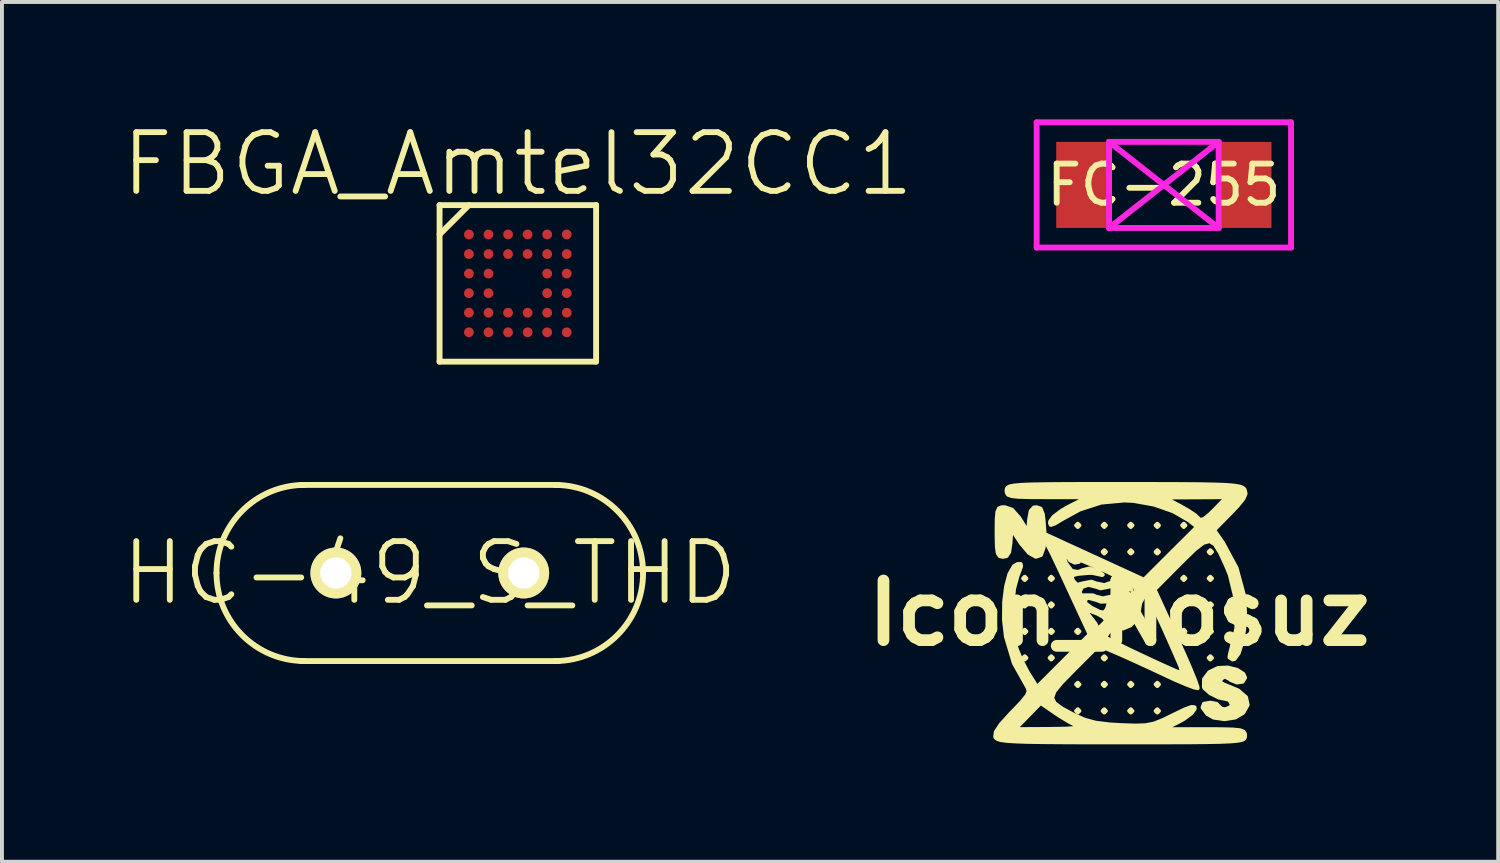
<source format=kicad_pcb>
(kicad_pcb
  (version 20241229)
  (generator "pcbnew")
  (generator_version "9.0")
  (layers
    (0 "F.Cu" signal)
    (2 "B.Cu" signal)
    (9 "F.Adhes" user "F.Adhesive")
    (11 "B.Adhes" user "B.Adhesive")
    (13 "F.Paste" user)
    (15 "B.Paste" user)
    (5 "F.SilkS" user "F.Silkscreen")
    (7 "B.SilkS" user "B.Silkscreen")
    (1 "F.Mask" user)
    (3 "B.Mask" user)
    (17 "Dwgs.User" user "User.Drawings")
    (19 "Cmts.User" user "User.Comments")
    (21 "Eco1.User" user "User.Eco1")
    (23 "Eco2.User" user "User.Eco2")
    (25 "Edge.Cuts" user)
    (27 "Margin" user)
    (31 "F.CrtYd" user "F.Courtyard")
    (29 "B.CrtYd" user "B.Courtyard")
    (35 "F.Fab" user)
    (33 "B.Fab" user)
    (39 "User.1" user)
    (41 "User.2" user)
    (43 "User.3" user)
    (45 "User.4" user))
  (footprint "FC-255"
    (layer "F.Cu")
    (at 26.689 1.675)
    (property "Reference" "FC-255" (at 0 0 0) (layer "F.SilkS") (effects (font (size 1 1) (thickness 0.15))))
    (attr through_hole)
    (fp_line (start -3.25 -1.6) (end 3.25 -1.6) (stroke (width 0.15) (type solid)) (layer "F.CrtYd"))
    (fp_line (start -3.25 1.6) (end -3.25 -1.6) (stroke (width 0.15) (type solid)) (layer "F.CrtYd"))
    (fp_line (start -1.4 -1.1) (end 1.4 -1.1) (stroke (width 0.15) (type solid)) (layer "F.CrtYd"))
    (fp_line (start -1.4 -1.1) (end 1.4 1.1) (stroke (width 0.15) (type solid)) (layer "F.CrtYd"))
    (fp_line (start -1.4 1.1) (end -1.4 -1.1) (stroke (width 0.15) (type solid)) (layer "F.CrtYd"))
    (fp_line (start -1.4 1.1) (end 1.4 -1.1) (stroke (width 0.15) (type solid)) (layer "F.CrtYd"))
    (fp_line (start 1.4 -1.1) (end 1.4 1.1) (stroke (width 0.15) (type solid)) (layer "F.CrtYd"))
    (fp_line (start 1.4 1.1) (end -1.4 1.1) (stroke (width 0.15) (type solid)) (layer "F.CrtYd"))
    (fp_line (start 3.25 -1.6) (end 3.25 1.6) (stroke (width 0.15) (type solid)) (layer "F.CrtYd"))
    (fp_line (start 3.25 1.6) (end -3.25 1.6) (stroke (width 0.15) (type solid)) (layer "F.CrtYd"))
    (pad "1" smd rect (at -2.1 0) (size 1.3 2.2) (layers "F.Cu" "F.Mask" "F.Paste"))
    (pad "2" smd rect (at 2.1 0) (size 1.3 2.2) (layers "F.Cu" "F.Mask" "F.Paste")))
  (footprint "HC-49_S_THD"
    (layer "F.Cu")
    (at 7.932 11.591)
    (property "Reference" "HC-49_S_THD" (at 0 0 0) (layer "F.SilkS") (effects (font (size 1.5 1.5) (thickness 0.15))))
    (attr through_hole)
    (fp_line (start -3.3 -2.25) (end 3.3 -2.25) (stroke (width 0.15) (type solid)) (layer "F.SilkS"))
    (fp_line (start -3.3 2.25) (end 3.3 2.25) (stroke (width 0.15) (type solid)) (layer "F.SilkS"))
    (fp_arc (start -5.45 0) (mid -4.79099 -1.59099) (end -3.2 -2.25) (stroke (width 0.15) (type solid)) (layer "F.SilkS"))
    (fp_arc (start -3.2 2.25) (mid -4.79099 1.59099) (end -5.45 0) (stroke (width 0.15) (type solid)) (layer "F.SilkS"))
    (fp_arc (start 3.2 -2.25) (mid 4.79099 -1.59099) (end 5.45 0) (stroke (width 0.15) (type solid)) (layer "F.SilkS"))
    (fp_arc (start 5.45 0) (mid 4.79099 1.59099) (end 3.2 2.25) (stroke (width 0.15) (type solid)) (layer "F.SilkS"))
    (pad "1" thru_hole circle (at -2.4 0) (size 1.3 1.3) (drill 0.8) (layers "*.Cu" "*.Mask" "F.SilkS"))
    (pad "2" thru_hole circle (at 2.4 0) (size 1.3 1.3) (drill 0.8) (layers "*.Cu" "*.Mask" "F.SilkS")))
  (footprint "Icon_Nosuz"
    (layer "F.Cu")
    (at 25.548 12.618)
    (property "Reference" "Icon_Nosuz" (at 0 0 0) (layer "F.SilkS") (effects (font (size 1.524 1.524) (thickness 0.3))))
    (attr through_hole)
    (fp_poly (pts (xy -2.371 -0.889) (xy -2.413 -0.847) (xy -2.455 -0.889) (xy -2.413 -0.931) (xy -2.371 -0.889)) (stroke (width 0.1) (type solid)) (fill yes) (layer "F.SilkS"))
    (fp_poly (pts (xy -2.371 -0.212) (xy -2.413 -0.169) (xy -2.455 -0.212) (xy -2.413 -0.254) (xy -2.371 -0.212)) (stroke (width 0.1) (type solid)) (fill yes) (layer "F.SilkS"))
    (fp_poly (pts (xy -2.371 0.466) (xy -2.413 0.508) (xy -2.455 0.466) (xy -2.413 0.423) (xy -2.371 0.466)) (stroke (width 0.1) (type solid)) (fill yes) (layer "F.SilkS"))
    (fp_poly (pts (xy -2.371 1.143) (xy -2.413 1.185) (xy -2.455 1.143) (xy -2.413 1.101) (xy -2.371 1.143)) (stroke (width 0.1) (type solid)) (fill yes) (layer "F.SilkS"))
    (fp_poly (pts (xy -1.693 -0.889) (xy -1.736 -0.847) (xy -1.778 -0.889) (xy -1.736 -0.931) (xy -1.693 -0.889)) (stroke (width 0.1) (type solid)) (fill yes) (layer "F.SilkS"))
    (fp_poly (pts (xy -1.693 -0.212) (xy -1.736 -0.169) (xy -1.778 -0.212) (xy -1.736 -0.254) (xy -1.693 -0.212)) (stroke (width 0.1) (type solid)) (fill yes) (layer "F.SilkS"))
    (fp_poly (pts (xy -1.693 0.466) (xy -1.736 0.508) (xy -1.778 0.466) (xy -1.736 0.423) (xy -1.693 0.466)) (stroke (width 0.1) (type solid)) (fill yes) (layer "F.SilkS"))
    (fp_poly (pts (xy -1.693 1.143) (xy -1.736 1.185) (xy -1.778 1.143) (xy -1.736 1.101) (xy -1.693 1.143)) (stroke (width 0.1) (type solid)) (fill yes) (layer "F.SilkS"))
    (fp_poly (pts (xy -1.016 -2.244) (xy -1.058 -2.201) (xy -1.101 -2.244) (xy -1.058 -2.286) (xy -1.016 -2.244)) (stroke (width 0.1) (type solid)) (fill yes) (layer "F.SilkS"))
    (fp_poly (pts (xy -1.016 0.466) (xy -1.058 0.508) (xy -1.101 0.466) (xy -1.058 0.423) (xy -1.016 0.466)) (stroke (width 0.1) (type solid)) (fill yes) (layer "F.SilkS"))
    (fp_poly (pts (xy -1.016 1.82) (xy -1.058 1.863) (xy -1.101 1.82) (xy -1.058 1.778) (xy -1.016 1.82)) (stroke (width 0.1) (type solid)) (fill yes) (layer "F.SilkS"))
    (fp_poly (pts (xy -1.016 2.498) (xy -1.058 2.54) (xy -1.101 2.498) (xy -1.058 2.455) (xy -1.016 2.498)) (stroke (width 0.1) (type solid)) (fill yes) (layer "F.SilkS"))
    (fp_poly (pts (xy -0.339 -2.244) (xy -0.381 -2.201) (xy -0.423 -2.244) (xy -0.381 -2.286) (xy -0.339 -2.244)) (stroke (width 0.1) (type solid)) (fill yes) (layer "F.SilkS"))
    (fp_poly (pts (xy -0.339 -1.566) (xy -0.381 -1.524) (xy -0.423 -1.566) (xy -0.381 -1.609) (xy -0.339 -1.566)) (stroke (width 0.1) (type solid)) (fill yes) (layer "F.SilkS"))
    (fp_poly (pts (xy -0.339 1.143) (xy -0.381 1.185) (xy -0.423 1.143) (xy -0.381 1.101) (xy -0.339 1.143)) (stroke (width 0.1) (type solid)) (fill yes) (layer "F.SilkS"))
    (fp_poly (pts (xy -0.339 1.82) (xy -0.381 1.863) (xy -0.423 1.82) (xy -0.381 1.778) (xy -0.339 1.82)) (stroke (width 0.1) (type solid)) (fill yes) (layer "F.SilkS"))
    (fp_poly (pts (xy -0.339 2.498) (xy -0.381 2.54) (xy -0.423 2.498) (xy -0.381 2.455) (xy -0.339 2.498)) (stroke (width 0.1) (type solid)) (fill yes) (layer "F.SilkS"))
    (fp_poly (pts (xy 0.339 -2.244) (xy 0.296 -2.201) (xy 0.254 -2.244) (xy 0.296 -2.286) (xy 0.339 -2.244)) (stroke (width 0.1) (type solid)) (fill yes) (layer "F.SilkS"))
    (fp_poly (pts (xy 0.339 -1.566) (xy 0.296 -1.524) (xy 0.254 -1.566) (xy 0.296 -1.609) (xy 0.339 -1.566)) (stroke (width 0.1) (type solid)) (fill yes) (layer "F.SilkS"))
    (fp_poly (pts (xy 0.339 1.82) (xy 0.296 1.863) (xy 0.254 1.82) (xy 0.296 1.778) (xy 0.339 1.82)) (stroke (width 0.1) (type solid)) (fill yes) (layer "F.SilkS"))
    (fp_poly (pts (xy 0.339 2.498) (xy 0.296 2.54) (xy 0.254 2.498) (xy 0.296 2.455) (xy 0.339 2.498)) (stroke (width 0.1) (type solid)) (fill yes) (layer "F.SilkS"))
    (fp_poly (pts (xy 1.016 -2.244) (xy 0.974 -2.201) (xy 0.931 -2.244) (xy 0.974 -2.286) (xy 1.016 -2.244)) (stroke (width 0.1) (type solid)) (fill yes) (layer "F.SilkS"))
    (fp_poly (pts (xy 1.016 -1.566) (xy 0.974 -1.524) (xy 0.931 -1.566) (xy 0.974 -1.609) (xy 1.016 -1.566)) (stroke (width 0.1) (type solid)) (fill yes) (layer "F.SilkS"))
    (fp_poly (pts (xy 1.016 1.82) (xy 0.974 1.863) (xy 0.931 1.82) (xy 0.974 1.778) (xy 1.016 1.82)) (stroke (width 0.1) (type solid)) (fill yes) (layer "F.SilkS"))
    (fp_poly (pts (xy 1.016 2.498) (xy 0.974 2.54) (xy 0.931 2.498) (xy 0.974 2.455) (xy 1.016 2.498)) (stroke (width 0.1) (type solid)) (fill yes) (layer "F.SilkS"))
    (fp_poly (pts (xy 1.693 -2.244) (xy 1.651 -2.201) (xy 1.609 -2.244) (xy 1.651 -2.286) (xy 1.693 -2.244)) (stroke (width 0.1) (type solid)) (fill yes) (layer "F.SilkS"))
    (fp_poly (pts (xy 1.693 -0.889) (xy 1.651 -0.847) (xy 1.609 -0.889) (xy 1.651 -0.931) (xy 1.693 -0.889)) (stroke (width 0.1) (type solid)) (fill yes) (layer "F.SilkS"))
    (fp_poly (pts (xy 1.693 -0.212) (xy 1.651 -0.169) (xy 1.609 -0.212) (xy 1.651 -0.254) (xy 1.693 -0.212)) (stroke (width 0.1) (type solid)) (fill yes) (layer "F.SilkS"))
    (fp_poly (pts (xy 1.693 0.466) (xy 1.651 0.508) (xy 1.609 0.466) (xy 1.651 0.423) (xy 1.693 0.466)) (stroke (width 0.1) (type solid)) (fill yes) (layer "F.SilkS"))
    (fp_poly (pts (xy 2.371 -1.566) (xy 2.328 -1.524) (xy 2.286 -1.566) (xy 2.328 -1.609) (xy 2.371 -1.566)) (stroke (width 0.1) (type solid)) (fill yes) (layer "F.SilkS"))
    (fp_poly (pts (xy 2.371 -0.889) (xy 2.328 -0.847) (xy 2.286 -0.889) (xy 2.328 -0.931) (xy 2.371 -0.889)) (stroke (width 0.1) (type solid)) (fill yes) (layer "F.SilkS"))
    (fp_poly (pts (xy 2.371 -0.212) (xy 2.328 -0.169) (xy 2.286 -0.212) (xy 2.328 -0.254) (xy 2.371 -0.212)) (stroke (width 0.1) (type solid)) (fill yes) (layer "F.SilkS"))
    (fp_poly (pts (xy 2.371 0.466) (xy 2.328 0.508) (xy 2.286 0.466) (xy 2.328 0.423) (xy 2.371 0.466)) (stroke (width 0.1) (type solid)) (fill yes) (layer "F.SilkS"))
    (fp_poly (pts (xy 2.371 1.143) (xy 2.328 1.185) (xy 2.286 1.143) (xy 2.328 1.101) (xy 2.371 1.143)) (stroke (width 0.1) (type solid)) (fill yes) (layer "F.SilkS"))
    (fp_poly (pts (xy 3.283 2.345) (xy 3.169 2.546) (xy 2.964 2.667) (xy 2.687 2.709) (xy 2.415 2.67) (xy 2.25 2.576) (xy 2.13 2.412) (xy 2.164 2.315) (xy 2.328 2.286) (xy 2.487 2.315) (xy 2.54 2.371) (xy 2.611 2.439) (xy 2.709 2.455) (xy 2.847 2.402) (xy 2.879 2.328) (xy 2.813 2.216) (xy 2.756 2.201) (xy 2.544 2.156) (xy 2.326 2.048) (xy 2.18 1.918) (xy 2.164 1.887) (xy 2.167 1.687) (xy 2.3 1.508) (xy 2.525 1.4) (xy 2.775 1.389) (xy 3.01 1.446) (xy 3.174 1.551) (xy 3.217 1.649) (xy 3.153 1.752) (xy 3.007 1.772) (xy 2.844 1.705) (xy 2.811 1.676) (xy 2.694 1.619) (xy 2.611 1.674) (xy 2.568 1.763) (xy 2.674 1.822) (xy 3.038 1.972) (xy 3.242 2.148) (xy 3.283 2.345)) (stroke (width 0.1) (type solid)) (fill yes) (layer "F.SilkS"))
    (fp_poly (pts (xy 3.231 -3.052) (xy 3.175 -2.923) (xy 3.021 -2.734) (xy 2.86 -2.565) (xy 2.743 -2.446) (xy 2.743 -2.963) (xy 1.943 -2.959) (xy 1.143 -2.955) (xy 1.539 -2.749) (xy 1.774 -2.616) (xy 1.942 -2.502) (xy 1.989 -2.457) (xy 2.064 -2.384) (xy 2.166 -2.406) (xy 2.325 -2.537) (xy 2.455 -2.667) (xy 2.743 -2.963) (xy 2.743 -2.446) (xy 2.427 -2.125) (xy 2.657 -1.793) (xy 3 -1.156) (xy 3.185 -0.472) (xy 3.217 -0.03) (xy 3.196 0.396) (xy 3.139 0.758) (xy 3.054 1.026) (xy 2.949 1.17) (xy 2.899 1.185) (xy 2.816 1.131) (xy 2.83 1.044) (xy 2.994 0.386) (xy 2.993 -0.292) (xy 2.826 -0.977) (xy 2.735 -1.202) (xy 2.576 -1.546) (xy 2.444 -1.758) (xy 2.311 -1.841) (xy 2.15 -1.797) (xy 1.931 -1.627) (xy 1.628 -1.332) (xy 1.57 -1.274) (xy 0.905 -0.605) (xy 1.475 0.636) (xy 1.665 1.057) (xy 1.823 1.421) (xy 1.938 1.703) (xy 1.999 1.876) (xy 2.005 1.918) (xy 1.917 1.9) (xy 1.711 1.822) (xy 1.589 1.77) (xy 1.589 1.459) (xy 1.57 1.376) (xy 1.513 1.241) (xy 1.404 0.99) (xy 1.258 0.661) (xy 1.124 0.361) (xy 0.946 -0.023) (xy 0.818 -0.269) (xy 0.724 -0.398) (xy 0.654 -0.429) (xy 0.621 -0.412) (xy 0.538 -0.263) (xy 0.508 -0.076) (xy 0.445 0.14) (xy 0.439 0.147) (xy 0.439 -0.61) (xy 0.379 -0.688) (xy 0.218 -0.793) (xy -0.065 -0.94) (xy -0.302 -1.055) (xy -0.641 -1.21) (xy -0.92 -1.327) (xy -1.107 -1.393) (xy -1.168 -1.4) (xy -1.146 -1.359) (xy -1.101 -1.355) (xy -1.024 -1.33) (xy -1.032 -1.31) (xy -1.137 -1.291) (xy -1.255 -1.348) (xy -1.307 -1.437) (xy -1.299 -1.461) (xy -1.298 -1.51) (xy -1.342 -1.49) (xy -1.396 -1.383) (xy -1.354 -1.27) (xy -1.214 -1.084) (xy -1.053 -1.052) (xy -0.933 -1.1) (xy -0.758 -1.143) (xy -0.555 -1.07) (xy -0.529 -1.056) (xy -0.419 -0.982) (xy -0.442 -0.973) (xy -0.466 -0.981) (xy -0.679 -1.026) (xy -0.783 -1.028) (xy -1.051 -1.003) (xy -1.184 -0.972) (xy -1.214 -0.919) (xy -1.175 -0.827) (xy -1.078 -0.724) (xy -0.933 -0.761) (xy -0.928 -0.764) (xy -0.71 -0.805) (xy -0.593 -0.762) (xy -0.376 -0.718) (xy -0.254 -0.762) (xy -0.072 -0.805) (xy 0.145 -0.727) (xy 0.148 -0.726) (xy 0.288 -0.639) (xy 0.317 -0.597) (xy 0.312 -0.596) (xy 0.188 -0.63) (xy 0.079 -0.68) (xy -0.14 -0.72) (xy -0.254 -0.677) (xy -0.476 -0.634) (xy -0.587 -0.674) (xy -0.787 -0.723) (xy -0.95 -0.669) (xy -1.016 -0.536) (xy -0.958 -0.449) (xy -0.868 -0.458) (xy -0.673 -0.456) (xy -0.593 -0.422) (xy -0.417 -0.379) (xy -0.339 -0.396) (xy -0.166 -0.432) (xy 0.054 -0.438) (xy 0.272 -0.464) (xy 0.418 -0.544) (xy 0.439 -0.61) (xy 0.439 0.147) (xy 0.29 0.312) (xy 0.096 0.393) (xy -0.017 0.379) (xy -0.138 0.393) (xy -0.258 0.472) (xy -0.258 -0.291) (xy -0.293 -0.32) (xy -0.337 -0.297) (xy -0.468 -0.293) (xy -0.6 -0.343) (xy -0.792 -0.392) (xy -0.865 -0.354) (xy -0.868 -0.257) (xy -0.708 -0.138) (xy -0.499 -0.034) (xy -0.387 -0.016) (xy -0.326 -0.086) (xy -0.305 -0.134) (xy -0.258 -0.291) (xy -0.258 0.472) (xy -0.265 0.477) (xy -0.338 0.58) (xy -0.327 0.633) (xy -0.235 0.686) (xy -0.026 0.791) (xy 0.261 0.931) (xy 0.589 1.086) (xy 0.92 1.241) (xy 1.215 1.376) (xy 1.438 1.474) (xy 1.551 1.517) (xy 1.554 1.517) (xy 1.589 1.459) (xy 1.589 1.77) (xy 1.419 1.697) (xy 1.173 1.583) (xy 0.779 1.398) (xy 0.385 1.217) (xy 0.053 1.068) (xy -0.071 1.014) (xy -0.339 0.899) (xy -0.339 0.173) (xy -0.406 0.098) (xy -0.559 0.013) (xy -0.723 -0.05) (xy -0.822 -0.053) (xy -0.822 -0.053) (xy -0.798 0.027) (xy -0.691 0.155) (xy -0.587 0.298) (xy -0.579 0.392) (xy -0.569 0.404) (xy -0.487 0.347) (xy -0.368 0.232) (xy -0.339 0.173) (xy -0.339 0.899) (xy -0.522 0.82) (xy -1.165 1.463) (xy -1.47 1.774) (xy -1.653 1.998) (xy -1.713 2.163) (xy -1.65 2.298) (xy -1.464 2.435) (xy -1.155 2.601) (xy -1.148 2.604) (xy -0.88 2.724) (xy -0.6 2.799) (xy -0.249 2.842) (xy 0.042 2.859) (xy 0.415 2.872) (xy 0.678 2.863) (xy 0.891 2.82) (xy 1.115 2.732) (xy 1.38 2.602) (xy 1.678 2.458) (xy 1.853 2.395) (xy 1.926 2.405) (xy 1.93 2.446) (xy 1.845 2.561) (xy 1.655 2.701) (xy 1.527 2.773) (xy 1.149 2.963) (xy 2.183 2.963) (xy 2.617 2.965) (xy 2.908 2.973) (xy 3.087 2.991) (xy 3.179 3.026) (xy 3.213 3.08) (xy 3.217 3.133) (xy 3.213 3.176) (xy 3.19 3.212) (xy 3.131 3.24) (xy 3.022 3.261) (xy 2.845 3.277) (xy 2.586 3.288) (xy 2.227 3.295) (xy 1.754 3.3) (xy 1.149 3.301) (xy 0.398 3.302) (xy 0.051 3.302) (xy -0.768 3.301) (xy -1.043 3.301) (xy -1.043 2.908) (xy -1.084 2.874) (xy -1.268 2.781) (xy -1.515 2.631) (xy -1.643 2.546) (xy -2.007 2.295) (xy -2.333 2.629) (xy -2.659 2.963) (xy -1.774 2.958) (xy -1.374 2.951) (xy -1.133 2.935) (xy -1.043 2.908) (xy -1.043 3.301) (xy -1.435 3.299) (xy -1.964 3.295) (xy -2.372 3.288) (xy -2.675 3.277) (xy -2.889 3.262) (xy -3.03 3.242) (xy -3.113 3.215) (xy -3.156 3.183) (xy -3.169 3.16) (xy -3.153 3.034) (xy -3.025 2.839) (xy -2.772 2.561) (xy -2.735 2.523) (xy -2.494 2.273) (xy -2.36 2.106) (xy -2.314 1.994) (xy -2.338 1.905) (xy -2.353 1.882) (xy -2.692 1.278) (xy -2.895 0.603) (xy -2.944 0.169) (xy -2.94 -0.284) (xy -2.891 -0.684) (xy -2.806 -1.001) (xy -2.691 -1.201) (xy -2.602 -1.254) (xy -2.517 -1.258) (xy -2.505 -1.199) (xy -2.564 -1.036) (xy -2.596 -0.958) (xy -2.685 -0.628) (xy -2.73 -0.2) (xy -2.729 0.257) (xy -2.682 0.676) (xy -2.628 0.889) (xy -2.505 1.187) (xy -2.343 1.497) (xy -2.307 1.557) (xy -2.099 1.887) (xy -1.428 1.215) (xy -0.756 0.543) (xy -1.147 -0.3) (xy -1.398 -0.84) (xy -1.439 -0.929) (xy -1.439 -1.566) (xy -1.482 -1.609) (xy -1.524 -1.566) (xy -1.482 -1.524) (xy -1.439 -1.566) (xy -1.439 -0.929) (xy -1.586 -1.243) (xy -1.721 -1.526) (xy -1.812 -1.705) (xy -1.869 -1.796) (xy -1.9 -1.816) (xy -1.916 -1.781) (xy -1.926 -1.708) (xy -1.93 -1.672) (xy -1.999 -1.484) (xy -2.131 -1.441) (xy -2.305 -1.539) (xy -2.504 -1.774) (xy -2.518 -1.794) (xy -2.752 -2.149) (xy -2.778 -1.794) (xy -2.81 -1.563) (xy -2.878 -1.459) (xy -2.968 -1.439) (xy -3.052 -1.456) (xy -3.102 -1.528) (xy -3.126 -1.69) (xy -3.132 -1.978) (xy -3.133 -2.074) (xy -3.13 -2.397) (xy -3.114 -2.587) (xy -3.073 -2.678) (xy -2.996 -2.707) (xy -2.928 -2.709) (xy -2.741 -2.647) (xy -2.56 -2.445) (xy -2.526 -2.392) (xy -2.328 -2.074) (xy -2.302 -2.392) (xy -2.263 -2.61) (xy -2.18 -2.7) (xy -2.116 -2.709) (xy -2.008 -2.672) (xy -1.951 -2.532) (xy -1.931 -2.366) (xy -1.905 -2.022) (xy -0.635 -1.439) (xy 0.635 -0.856) (xy 1.312 -1.532) (xy 1.99 -2.207) (xy 1.778 -2.373) (xy 1.384 -2.602) (xy 0.892 -2.774) (xy 0.367 -2.868) (xy 0.134 -2.879) (xy -0.464 -2.824) (xy -1.008 -2.648) (xy -1.437 -2.414) (xy -1.646 -2.289) (xy -1.747 -2.254) (xy -1.77 -2.303) (xy -1.764 -2.344) (xy -1.676 -2.465) (xy -1.475 -2.617) (xy -1.276 -2.731) (xy -0.816 -2.963) (xy -1.847 -2.963) (xy -2.28 -2.965) (xy -2.571 -2.973) (xy -2.749 -2.992) (xy -2.841 -3.026) (xy -2.874 -3.08) (xy -2.879 -3.133) (xy -2.874 -3.177) (xy -2.85 -3.213) (xy -2.79 -3.242) (xy -2.677 -3.263) (xy -2.495 -3.279) (xy -2.228 -3.29) (xy -1.859 -3.296) (xy -1.372 -3.3) (xy -0.751 -3.302) (xy 0.022 -3.302) (xy 0.123 -3.302) (xy 0.918 -3.301) (xy 1.561 -3.299) (xy 2.068 -3.295) (xy 2.456 -3.287) (xy 2.742 -3.276) (xy 2.942 -3.259) (xy 3.073 -3.237) (xy 3.152 -3.209) (xy 3.195 -3.173) (xy 3.208 -3.154) (xy 3.231 -3.052)) (stroke (width 0.1) (type solid)) (fill yes) (layer "F.SilkS")))
  (footprint "FBGA_Amtel32CC1"
    (layer "F.Cu")
    (at 10.182 4.191)
    (property "Reference" "FBGA_Amtel32CC1" (at 0 -3.05 0) (layer "F.SilkS") (effects (font (size 1.5 1.5) (thickness 0.15))))
    (attr through_hole)
    (fp_line (start -2 -2) (end 2 -2) (stroke (width 0.15) (type solid)) (layer "F.SilkS"))
    (fp_line (start -2 -1.25) (end -1.25 -2) (stroke (width 0.15) (type solid)) (layer "F.SilkS"))
    (fp_line (start -2 2) (end -2 -2) (stroke (width 0.15) (type solid)) (layer "F.SilkS"))
    (fp_line (start 2 -2) (end 2 2) (stroke (width 0.15) (type solid)) (layer "F.SilkS"))
    (fp_line (start 2 2) (end -2 2) (stroke (width 0.15) (type solid)) (layer "F.SilkS"))
    (pad "A1" smd circle (at -1.25 -1.25) (size 0.25 0.25) (layers "F.Cu" "F.Mask" "F.Paste"))
    (pad "A2" smd circle (at -0.75 -1.25) (size 0.25 0.25) (layers "F.Cu" "F.Mask" "F.Paste"))
    (pad "A3" smd circle (at -0.25 -1.25) (size 0.25 0.25) (layers "F.Cu" "F.Mask" "F.Paste"))
    (pad "A4" smd circle (at 0.25 -1.25) (size 0.25 0.25) (layers "F.Cu" "F.Mask" "F.Paste"))
    (pad "A5" smd circle (at 0.75 -1.25) (size 0.25 0.25) (layers "F.Cu" "F.Mask" "F.Paste"))
    (pad "A6" smd circle (at 1.25 -1.25) (size 0.25 0.25) (layers "F.Cu" "F.Mask" "F.Paste"))
    (pad "B1" smd circle (at -1.25 -0.75) (size 0.25 0.25) (layers "F.Cu" "F.Mask" "F.Paste"))
    (pad "B2" smd circle (at -0.75 -0.75) (size 0.25 0.25) (layers "F.Cu" "F.Mask" "F.Paste"))
    (pad "B3" smd circle (at -0.25 -0.75) (size 0.25 0.25) (layers "F.Cu" "F.Mask" "F.Paste"))
    (pad "B4" smd circle (at 0.25 -0.75) (size 0.25 0.25) (layers "F.Cu" "F.Mask" "F.Paste"))
    (pad "B5" smd circle (at 0.75 -0.75) (size 0.25 0.25) (layers "F.Cu" "F.Mask" "F.Paste"))
    (pad "B6" smd circle (at 1.25 -0.75) (size 0.25 0.25) (layers "F.Cu" "F.Mask" "F.Paste"))
    (pad "C1" smd circle (at -1.25 -0.25) (size 0.25 0.25) (layers "F.Cu" "F.Mask" "F.Paste"))
    (pad "C2" smd circle (at -0.75 -0.25) (size 0.25 0.25) (layers "F.Cu" "F.Mask" "F.Paste"))
    (pad "C5" smd circle (at 0.75 -0.25) (size 0.25 0.25) (layers "F.Cu" "F.Mask" "F.Paste"))
    (pad "C6" smd circle (at 1.25 -0.25) (size 0.25 0.25) (layers "F.Cu" "F.Mask" "F.Paste"))
    (pad "D1" smd circle (at -1.25 0.25) (size 0.25 0.25) (layers "F.Cu" "F.Mask" "F.Paste"))
    (pad "D2" smd circle (at -0.75 0.25) (size 0.25 0.25) (layers "F.Cu" "F.Mask" "F.Paste"))
    (pad "D5" smd circle (at 0.75 0.25) (size 0.25 0.25) (layers "F.Cu" "F.Mask" "F.Paste"))
    (pad "D6" smd circle (at 1.25 0.25) (size 0.25 0.25) (layers "F.Cu" "F.Mask" "F.Paste"))
    (pad "E1" smd circle (at -1.25 0.75) (size 0.25 0.25) (layers "F.Cu" "F.Mask" "F.Paste"))
    (pad "E2" smd circle (at -0.75 0.75) (size 0.25 0.25) (layers "F.Cu" "F.Mask" "F.Paste"))
    (pad "E3" smd circle (at -0.25 0.75) (size 0.25 0.25) (layers "F.Cu" "F.Mask" "F.Paste"))
    (pad "E4" smd circle (at 0.25 0.75) (size 0.25 0.25) (layers "F.Cu" "F.Mask" "F.Paste"))
    (pad "E5" smd circle (at 0.75 0.75) (size 0.25 0.25) (layers "F.Cu" "F.Mask" "F.Paste"))
    (pad "E6" smd circle (at 1.25 0.75) (size 0.25 0.25) (layers "F.Cu" "F.Mask" "F.Paste"))
    (pad "F1" smd circle (at -1.25 1.25) (size 0.25 0.25) (layers "F.Cu" "F.Mask" "F.Paste"))
    (pad "F2" smd circle (at -0.75 1.25) (size 0.25 0.25) (layers "F.Cu" "F.Mask" "F.Paste"))
    (pad "F3" smd circle (at -0.25 1.25) (size 0.25 0.25) (layers "F.Cu" "F.Mask" "F.Paste"))
    (pad "F4" smd circle (at 0.25 1.25) (size 0.25 0.25) (layers "F.Cu" "F.Mask" "F.Paste"))
    (pad "F5" smd circle (at 0.75 1.25) (size 0.25 0.25) (layers "F.Cu" "F.Mask" "F.Paste"))
    (pad "F6" smd circle (at 1.25 1.25) (size 0.25 0.25) (layers "F.Cu" "F.Mask" "F.Paste")))
  (gr_rect
    (start -3 -3)
    (end 35.232 18.97)
    (stroke (width 0.1) (type default))
    (fill no)
    (layer "Edge.Cuts")))
</source>
